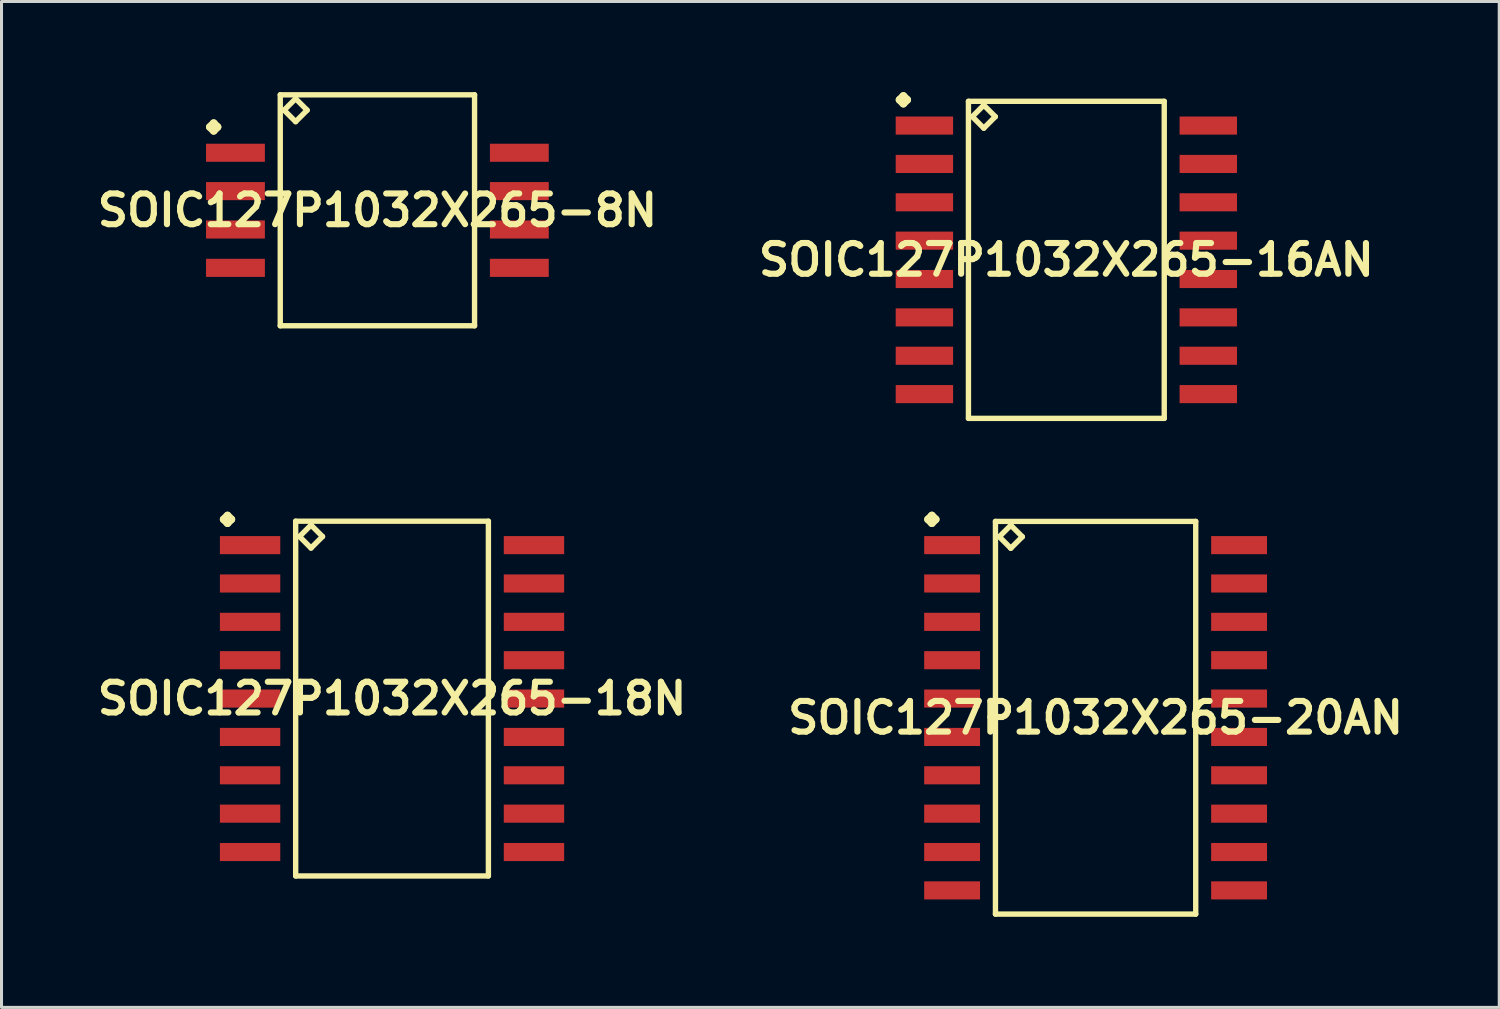
<source format=kicad_pcb>
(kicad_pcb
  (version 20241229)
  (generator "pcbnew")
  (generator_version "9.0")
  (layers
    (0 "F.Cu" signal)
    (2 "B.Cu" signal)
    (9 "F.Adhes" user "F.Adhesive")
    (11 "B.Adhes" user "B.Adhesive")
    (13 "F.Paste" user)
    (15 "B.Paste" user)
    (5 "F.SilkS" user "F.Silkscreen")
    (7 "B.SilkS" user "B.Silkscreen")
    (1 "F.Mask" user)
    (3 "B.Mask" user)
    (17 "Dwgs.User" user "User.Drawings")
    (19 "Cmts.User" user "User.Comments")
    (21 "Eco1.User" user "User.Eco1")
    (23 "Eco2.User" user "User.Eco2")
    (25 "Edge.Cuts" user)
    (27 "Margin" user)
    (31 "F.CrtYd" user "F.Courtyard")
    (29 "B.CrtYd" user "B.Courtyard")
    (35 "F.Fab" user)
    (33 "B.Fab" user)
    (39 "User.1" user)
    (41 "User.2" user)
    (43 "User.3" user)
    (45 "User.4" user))
  (footprint "SOIC127P1032X265-18N"
    (layer "F.Cu")
    (at 9.928 20.076)
    (property "Reference" "SOIC127P1032X265-18N" (at 0 0 0) (layer "F.SilkS") (effects (font (size 1.016 1.016) (thickness 0.203))))
    (attr smd)
    (fp_line (start -5.573 -5.933) (end -5.446 -6.06) (stroke (width 0.254) (type solid)) (layer "F.SilkS"))
    (fp_line (start -5.446 -6.06) (end -5.319 -5.933) (stroke (width 0.254) (type solid)) (layer "F.SilkS"))
    (fp_line (start -5.446 -5.806) (end -5.573 -5.933) (stroke (width 0.254) (type solid)) (layer "F.SilkS"))
    (fp_line (start -5.319 -5.933) (end -5.446 -5.806) (stroke (width 0.254) (type solid)) (layer "F.SilkS"))
    (fp_line (start -3.19 -5.872) (end -3.19 5.872) (stroke (width 0.178) (type solid)) (layer "F.SilkS"))
    (fp_line (start -3.19 5.872) (end 3.19 5.872) (stroke (width 0.178) (type solid)) (layer "F.SilkS"))
    (fp_line (start -3.063 -5.364) (end -2.682 -5.745) (stroke (width 0.178) (type solid)) (layer "F.SilkS"))
    (fp_line (start -2.682 -5.745) (end -2.301 -5.364) (stroke (width 0.178) (type solid)) (layer "F.SilkS"))
    (fp_line (start -2.682 -4.983) (end -3.063 -5.364) (stroke (width 0.178) (type solid)) (layer "F.SilkS"))
    (fp_line (start -2.301 -5.364) (end -2.682 -4.983) (stroke (width 0.178) (type solid)) (layer "F.SilkS"))
    (fp_line (start 3.19 -5.872) (end -3.19 -5.872) (stroke (width 0.178) (type solid)) (layer "F.SilkS"))
    (fp_line (start 3.19 5.872) (end 3.19 -5.872) (stroke (width 0.178) (type solid)) (layer "F.SilkS"))
    (pad "1" smd rect (at -4.699 -5.08) (size 1.999 0.599) (layers "F.Cu" "F.Mask" "F.Paste"))
    (pad "2" smd rect (at -4.699 -3.81) (size 1.999 0.599) (layers "F.Cu" "F.Mask" "F.Paste"))
    (pad "3" smd rect (at -4.699 -2.54) (size 1.999 0.599) (layers "F.Cu" "F.Mask" "F.Paste"))
    (pad "4" smd rect (at -4.699 -1.27) (size 1.999 0.599) (layers "F.Cu" "F.Mask" "F.Paste"))
    (pad "5" smd rect (at -4.699 0) (size 1.999 0.599) (layers "F.Cu" "F.Mask" "F.Paste"))
    (pad "6" smd rect (at -4.699 1.27) (size 1.999 0.599) (layers "F.Cu" "F.Mask" "F.Paste"))
    (pad "7" smd rect (at -4.699 2.54) (size 1.999 0.599) (layers "F.Cu" "F.Mask" "F.Paste"))
    (pad "8" smd rect (at -4.699 3.81) (size 1.999 0.599) (layers "F.Cu" "F.Mask" "F.Paste"))
    (pad "9" smd rect (at -4.699 5.08) (size 1.999 0.599) (layers "F.Cu" "F.Mask" "F.Paste"))
    (pad "10" smd rect (at 4.699 5.08) (size 1.999 0.599) (layers "F.Cu" "F.Mask" "F.Paste"))
    (pad "11" smd rect (at 4.699 3.81) (size 1.999 0.599) (layers "F.Cu" "F.Mask" "F.Paste"))
    (pad "12" smd rect (at 4.699 2.54) (size 1.999 0.599) (layers "F.Cu" "F.Mask" "F.Paste"))
    (pad "13" smd rect (at 4.699 1.27) (size 1.999 0.599) (layers "F.Cu" "F.Mask" "F.Paste"))
    (pad "14" smd rect (at 4.699 0) (size 1.999 0.599) (layers "F.Cu" "F.Mask" "F.Paste"))
    (pad "15" smd rect (at 4.699 -1.27) (size 1.999 0.599) (layers "F.Cu" "F.Mask" "F.Paste"))
    (pad "16" smd rect (at 4.699 -2.54) (size 1.999 0.599) (layers "F.Cu" "F.Mask" "F.Paste"))
    (pad "17" smd rect (at 4.699 -3.81) (size 1.999 0.599) (layers "F.Cu" "F.Mask" "F.Paste"))
    (pad "18" smd rect (at 4.699 -5.08) (size 1.999 0.599) (layers "F.Cu" "F.Mask" "F.Paste")))
  (footprint "SOIC127P1032X265-20AN"
    (layer "F.Cu")
    (at 33.219 20.711)
    (property "Reference" "SOIC127P1032X265-20AN" (at 0 0 0) (layer "F.SilkS") (effects (font (size 1.016 1.016) (thickness 0.203))))
    (attr smd)
    (fp_line (start -5.547 -6.568) (end -5.42 -6.695) (stroke (width 0.254) (type solid)) (layer "F.SilkS"))
    (fp_line (start -5.42 -6.695) (end -5.293 -6.568) (stroke (width 0.254) (type solid)) (layer "F.SilkS"))
    (fp_line (start -5.42 -6.441) (end -5.547 -6.568) (stroke (width 0.254) (type solid)) (layer "F.SilkS"))
    (fp_line (start -5.293 -6.568) (end -5.42 -6.441) (stroke (width 0.254) (type solid)) (layer "F.SilkS"))
    (fp_line (start -3.315 -6.5) (end -3.315 6.5) (stroke (width 0.178) (type solid)) (layer "F.SilkS"))
    (fp_line (start -3.315 6.5) (end 3.315 6.5) (stroke (width 0.178) (type solid)) (layer "F.SilkS"))
    (fp_line (start -3.188 -5.992) (end -2.807 -6.373) (stroke (width 0.178) (type solid)) (layer "F.SilkS"))
    (fp_line (start -2.807 -6.373) (end -2.426 -5.992) (stroke (width 0.178) (type solid)) (layer "F.SilkS"))
    (fp_line (start -2.807 -5.611) (end -3.188 -5.992) (stroke (width 0.178) (type solid)) (layer "F.SilkS"))
    (fp_line (start -2.426 -5.992) (end -2.807 -5.611) (stroke (width 0.178) (type solid)) (layer "F.SilkS"))
    (fp_line (start 3.315 -6.5) (end -3.315 -6.5) (stroke (width 0.178) (type solid)) (layer "F.SilkS"))
    (fp_line (start 3.315 6.5) (end 3.315 -6.5) (stroke (width 0.178) (type solid)) (layer "F.SilkS"))
    (pad "1" smd rect (at -4.75 -5.715) (size 1.849 0.599) (layers "F.Cu" "F.Mask" "F.Paste"))
    (pad "2" smd rect (at -4.75 -4.445) (size 1.849 0.599) (layers "F.Cu" "F.Mask" "F.Paste"))
    (pad "3" smd rect (at -4.75 -3.175) (size 1.849 0.599) (layers "F.Cu" "F.Mask" "F.Paste"))
    (pad "4" smd rect (at -4.75 -1.905) (size 1.849 0.599) (layers "F.Cu" "F.Mask" "F.Paste"))
    (pad "5" smd rect (at -4.75 -0.635) (size 1.849 0.599) (layers "F.Cu" "F.Mask" "F.Paste"))
    (pad "6" smd rect (at -4.75 0.635) (size 1.849 0.599) (layers "F.Cu" "F.Mask" "F.Paste"))
    (pad "7" smd rect (at -4.75 1.905) (size 1.849 0.599) (layers "F.Cu" "F.Mask" "F.Paste"))
    (pad "8" smd rect (at -4.75 3.175) (size 1.849 0.599) (layers "F.Cu" "F.Mask" "F.Paste"))
    (pad "9" smd rect (at -4.75 4.445) (size 1.849 0.599) (layers "F.Cu" "F.Mask" "F.Paste"))
    (pad "10" smd rect (at -4.75 5.715) (size 1.849 0.599) (layers "F.Cu" "F.Mask" "F.Paste"))
    (pad "11" smd rect (at 4.75 5.715) (size 1.849 0.599) (layers "F.Cu" "F.Mask" "F.Paste"))
    (pad "12" smd rect (at 4.75 4.445) (size 1.849 0.599) (layers "F.Cu" "F.Mask" "F.Paste"))
    (pad "13" smd rect (at 4.75 3.175) (size 1.849 0.599) (layers "F.Cu" "F.Mask" "F.Paste"))
    (pad "14" smd rect (at 4.75 1.905) (size 1.849 0.599) (layers "F.Cu" "F.Mask" "F.Paste"))
    (pad "15" smd rect (at 4.75 0.635) (size 1.849 0.599) (layers "F.Cu" "F.Mask" "F.Paste"))
    (pad "16" smd rect (at 4.75 -0.635) (size 1.849 0.599) (layers "F.Cu" "F.Mask" "F.Paste"))
    (pad "17" smd rect (at 4.75 -1.905) (size 1.849 0.599) (layers "F.Cu" "F.Mask" "F.Paste"))
    (pad "18" smd rect (at 4.75 -3.175) (size 1.849 0.599) (layers "F.Cu" "F.Mask" "F.Paste"))
    (pad "19" smd rect (at 4.75 -4.445) (size 1.849 0.599) (layers "F.Cu" "F.Mask" "F.Paste"))
    (pad "20" smd rect (at 4.75 -5.715) (size 1.849 0.599) (layers "F.Cu" "F.Mask" "F.Paste")))
  (footprint "SOIC127P1032X265-8N"
    (layer "F.Cu")
    (at 9.444 3.912)
    (property "Reference" "SOIC127P1032X265-8N" (at 0 0 0) (layer "F.SilkS") (effects (font (size 1.016 1.016) (thickness 0.203))))
    (attr smd)
    (fp_line (start -5.547 -2.758) (end -5.42 -2.885) (stroke (width 0.254) (type solid)) (layer "F.SilkS"))
    (fp_line (start -5.42 -2.885) (end -5.293 -2.758) (stroke (width 0.254) (type solid)) (layer "F.SilkS"))
    (fp_line (start -5.42 -2.631) (end -5.547 -2.758) (stroke (width 0.254) (type solid)) (layer "F.SilkS"))
    (fp_line (start -5.293 -2.758) (end -5.42 -2.631) (stroke (width 0.254) (type solid)) (layer "F.SilkS"))
    (fp_line (start -3.216 -3.823) (end -3.216 3.823) (stroke (width 0.178) (type solid)) (layer "F.SilkS"))
    (fp_line (start -3.216 3.823) (end 3.216 3.823) (stroke (width 0.178) (type solid)) (layer "F.SilkS"))
    (fp_line (start -3.089 -3.315) (end -2.708 -3.696) (stroke (width 0.178) (type solid)) (layer "F.SilkS"))
    (fp_line (start -2.708 -3.696) (end -2.327 -3.315) (stroke (width 0.178) (type solid)) (layer "F.SilkS"))
    (fp_line (start -2.708 -2.934) (end -3.089 -3.315) (stroke (width 0.178) (type solid)) (layer "F.SilkS"))
    (fp_line (start -2.327 -3.315) (end -2.708 -2.934) (stroke (width 0.178) (type solid)) (layer "F.SilkS"))
    (fp_line (start 3.216 -3.823) (end -3.216 -3.823) (stroke (width 0.178) (type solid)) (layer "F.SilkS"))
    (fp_line (start 3.216 3.823) (end 3.216 -3.823) (stroke (width 0.178) (type solid)) (layer "F.SilkS"))
    (pad "1" smd rect (at -4.699 -1.905) (size 1.948 0.599) (layers "F.Cu" "F.Mask" "F.Paste"))
    (pad "2" smd rect (at -4.699 -0.635) (size 1.948 0.599) (layers "F.Cu" "F.Mask" "F.Paste"))
    (pad "3" smd rect (at -4.699 0.635) (size 1.948 0.599) (layers "F.Cu" "F.Mask" "F.Paste"))
    (pad "4" smd rect (at -4.699 1.905) (size 1.948 0.599) (layers "F.Cu" "F.Mask" "F.Paste"))
    (pad "5" smd rect (at 4.699 1.905) (size 1.948 0.599) (layers "F.Cu" "F.Mask" "F.Paste"))
    (pad "6" smd rect (at 4.699 0.635) (size 1.948 0.599) (layers "F.Cu" "F.Mask" "F.Paste"))
    (pad "7" smd rect (at 4.699 -0.635) (size 1.948 0.599) (layers "F.Cu" "F.Mask" "F.Paste"))
    (pad "8" smd rect (at 4.699 -1.905) (size 1.948 0.599) (layers "F.Cu" "F.Mask" "F.Paste")))
  (footprint "SOIC127P1032X265-16AN"
    (layer "F.Cu")
    (at 32.251 5.552)
    (property "Reference" "SOIC127P1032X265-16AN" (at 0 0 0) (layer "F.SilkS") (effects (font (size 1.016 1.016) (thickness 0.203))))
    (attr smd)
    (fp_line (start -5.522 -5.298) (end -5.395 -5.425) (stroke (width 0.254) (type solid)) (layer "F.SilkS"))
    (fp_line (start -5.395 -5.425) (end -5.268 -5.298) (stroke (width 0.254) (type solid)) (layer "F.SilkS"))
    (fp_line (start -5.395 -5.171) (end -5.522 -5.298) (stroke (width 0.254) (type solid)) (layer "F.SilkS"))
    (fp_line (start -5.268 -5.298) (end -5.395 -5.171) (stroke (width 0.254) (type solid)) (layer "F.SilkS"))
    (fp_line (start -3.241 -5.248) (end -3.241 5.248) (stroke (width 0.178) (type solid)) (layer "F.SilkS"))
    (fp_line (start -3.241 5.248) (end 3.241 5.248) (stroke (width 0.178) (type solid)) (layer "F.SilkS"))
    (fp_line (start -3.114 -4.74) (end -2.733 -5.121) (stroke (width 0.178) (type solid)) (layer "F.SilkS"))
    (fp_line (start -2.733 -5.121) (end -2.352 -4.74) (stroke (width 0.178) (type solid)) (layer "F.SilkS"))
    (fp_line (start -2.733 -4.359) (end -3.114 -4.74) (stroke (width 0.178) (type solid)) (layer "F.SilkS"))
    (fp_line (start -2.352 -4.74) (end -2.733 -4.359) (stroke (width 0.178) (type solid)) (layer "F.SilkS"))
    (fp_line (start 3.241 -5.248) (end -3.241 -5.248) (stroke (width 0.178) (type solid)) (layer "F.SilkS"))
    (fp_line (start 3.241 5.248) (end 3.241 -5.248) (stroke (width 0.178) (type solid)) (layer "F.SilkS"))
    (pad "1" smd rect (at -4.699 -4.445) (size 1.9 0.599) (layers "F.Cu" "F.Mask" "F.Paste"))
    (pad "2" smd rect (at -4.699 -3.175) (size 1.9 0.599) (layers "F.Cu" "F.Mask" "F.Paste"))
    (pad "3" smd rect (at -4.699 -1.905) (size 1.9 0.599) (layers "F.Cu" "F.Mask" "F.Paste"))
    (pad "4" smd rect (at -4.699 -0.635) (size 1.9 0.599) (layers "F.Cu" "F.Mask" "F.Paste"))
    (pad "5" smd rect (at -4.699 0.635) (size 1.9 0.599) (layers "F.Cu" "F.Mask" "F.Paste"))
    (pad "6" smd rect (at -4.699 1.905) (size 1.9 0.599) (layers "F.Cu" "F.Mask" "F.Paste"))
    (pad "7" smd rect (at -4.699 3.175) (size 1.9 0.599) (layers "F.Cu" "F.Mask" "F.Paste"))
    (pad "8" smd rect (at -4.699 4.445) (size 1.9 0.599) (layers "F.Cu" "F.Mask" "F.Paste"))
    (pad "9" smd rect (at 4.699 4.445) (size 1.9 0.599) (layers "F.Cu" "F.Mask" "F.Paste"))
    (pad "10" smd rect (at 4.699 3.175) (size 1.9 0.599) (layers "F.Cu" "F.Mask" "F.Paste"))
    (pad "11" smd rect (at 4.699 1.905) (size 1.9 0.599) (layers "F.Cu" "F.Mask" "F.Paste"))
    (pad "12" smd rect (at 4.699 0.635) (size 1.9 0.599) (layers "F.Cu" "F.Mask" "F.Paste"))
    (pad "13" smd rect (at 4.699 -0.635) (size 1.9 0.599) (layers "F.Cu" "F.Mask" "F.Paste"))
    (pad "14" smd rect (at 4.699 -1.905) (size 1.9 0.599) (layers "F.Cu" "F.Mask" "F.Paste"))
    (pad "15" smd rect (at 4.699 -3.175) (size 1.9 0.599) (layers "F.Cu" "F.Mask" "F.Paste"))
    (pad "16" smd rect (at 4.699 -4.445) (size 1.9 0.599) (layers "F.Cu" "F.Mask" "F.Paste")))
  (gr_rect
    (start -3 -3)
    (end 46.582 30.3)
    (stroke (width 0.1) (type default))
    (fill no)
    (layer "Edge.Cuts")))
</source>
